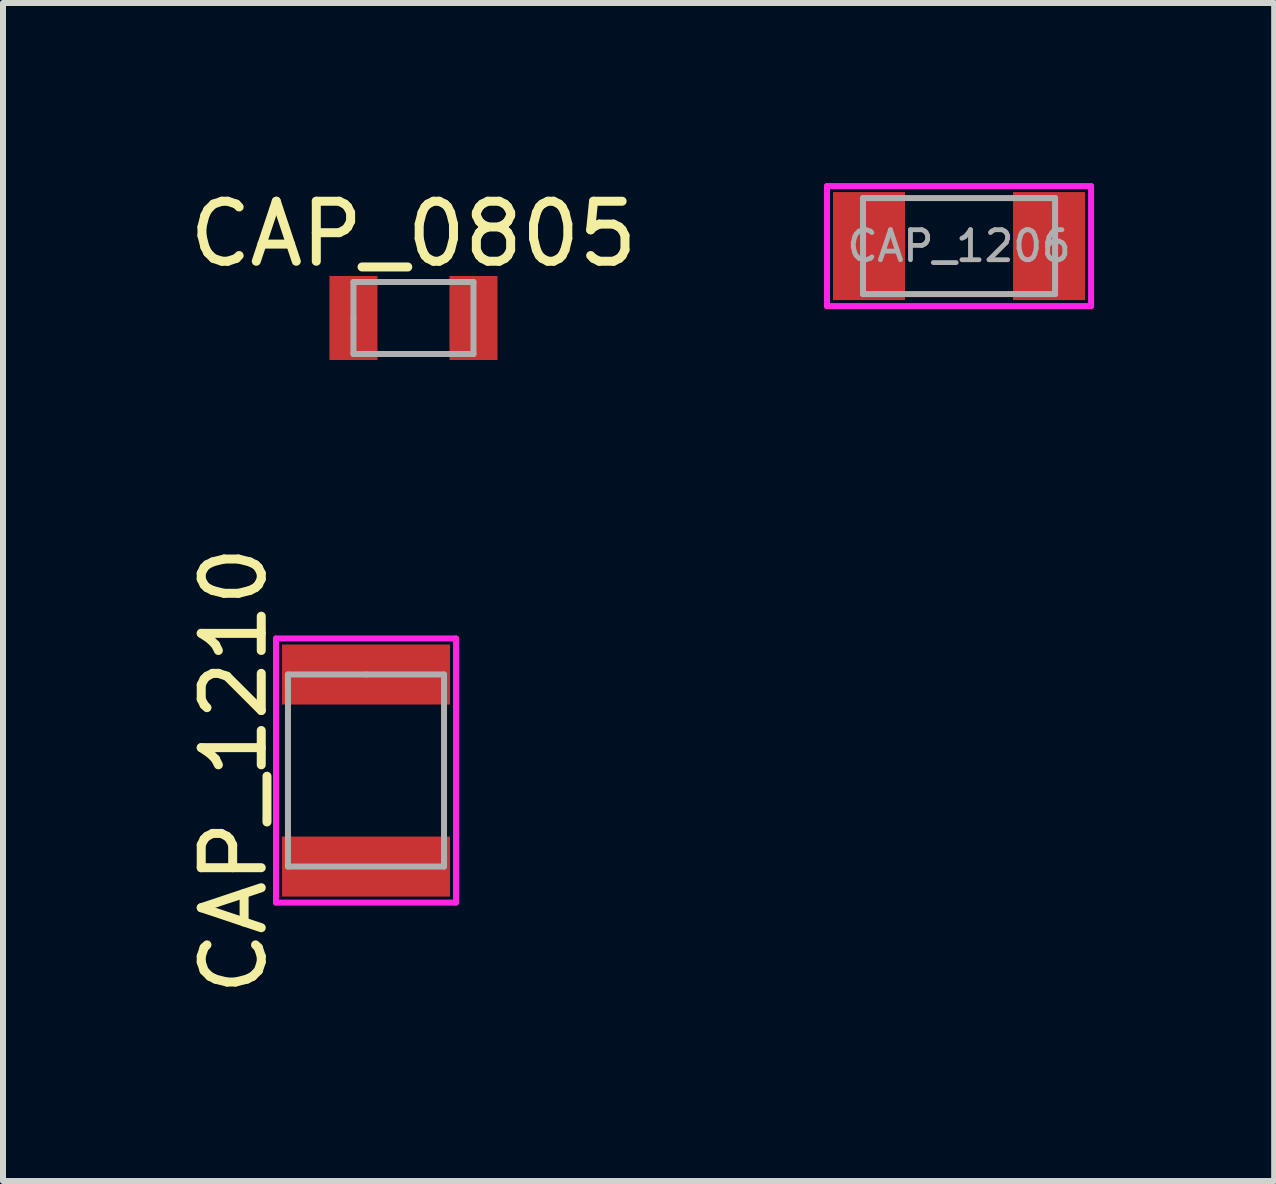
<source format=kicad_pcb>
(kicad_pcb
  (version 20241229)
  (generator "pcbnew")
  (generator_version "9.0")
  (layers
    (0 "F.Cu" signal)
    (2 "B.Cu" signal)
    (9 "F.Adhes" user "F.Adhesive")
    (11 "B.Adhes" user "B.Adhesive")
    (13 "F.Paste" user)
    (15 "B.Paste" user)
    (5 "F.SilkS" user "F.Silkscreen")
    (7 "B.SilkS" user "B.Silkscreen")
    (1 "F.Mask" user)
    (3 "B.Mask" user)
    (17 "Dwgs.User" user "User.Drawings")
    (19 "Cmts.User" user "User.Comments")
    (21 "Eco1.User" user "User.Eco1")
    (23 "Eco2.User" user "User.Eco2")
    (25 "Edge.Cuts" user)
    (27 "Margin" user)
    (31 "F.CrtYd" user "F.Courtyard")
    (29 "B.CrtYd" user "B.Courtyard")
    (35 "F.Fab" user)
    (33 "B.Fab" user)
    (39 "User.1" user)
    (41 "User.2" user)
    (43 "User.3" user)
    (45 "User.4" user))
  (footprint "CAP_1206"
    (layer "F.Cu")
    (at 12.929 1.05)
    (property "Reference" "CAP_1206" (at 0 0 0) (layer "F.Fab") (effects (font (size 0.5 0.5) (thickness 0.08))))
    (attr smd)
    (fp_line (start -2.2 -1) (end 2.2 -1) (stroke (width 0.1) (type solid)) (layer "F.CrtYd"))
    (fp_line (start -2.2 0) (end -2.2 -1) (stroke (width 0.1) (type solid)) (layer "F.CrtYd"))
    (fp_line (start -2.2 1) (end -2.2 0) (stroke (width 0.1) (type solid)) (layer "F.CrtYd"))
    (fp_line (start 2.2 -1) (end 2.2 1) (stroke (width 0.1) (type solid)) (layer "F.CrtYd"))
    (fp_line (start 2.2 1) (end -2.2 1) (stroke (width 0.1) (type solid)) (layer "F.CrtYd"))
    (fp_line (start -1.6 -0.8) (end 1.6 -0.8) (stroke (width 0.1) (type solid)) (layer "F.Fab"))
    (fp_line (start -1.6 0) (end -1.6 -0.8) (stroke (width 0.1) (type solid)) (layer "F.Fab"))
    (fp_line (start -1.6 0.8) (end -1.6 0) (stroke (width 0.1) (type solid)) (layer "F.Fab"))
    (fp_line (start 1.6 -0.8) (end 1.6 0.8) (stroke (width 0.1) (type solid)) (layer "F.Fab"))
    (fp_line (start 1.6 0.8) (end -1.6 0.8) (stroke (width 0.1) (type solid)) (layer "F.Fab"))
    (pad "1" smd rect (at -1.5 0) (size 1.2 1.8) (layers "F.Cu" "F.Mask" "F.Paste"))
    (pad "2" smd rect (at 1.5 0) (size 1.2 1.8) (layers "F.Cu" "F.Mask" "F.Paste")))
  (footprint "CAP_0805"
    (layer "F.Cu")
    (at 3.839 2.248)
    (property "Reference" "CAP_0805" (at 0 -1.4 0) (layer "F.SilkS") (effects (font (size 1 1) (thickness 0.15))))
    (attr smd)
    (fp_line (start -1 -0.6) (end 1 -0.6) (stroke (width 0.1) (type solid)) (layer "F.Fab"))
    (fp_line (start -1 0) (end -1 -0.6) (stroke (width 0.1) (type solid)) (layer "F.Fab"))
    (fp_line (start -1 0.6) (end -1 0) (stroke (width 0.1) (type solid)) (layer "F.Fab"))
    (fp_line (start 1 -0.6) (end 1 0.6) (stroke (width 0.1) (type solid)) (layer "F.Fab"))
    (fp_line (start 1 0.6) (end -1 0.6) (stroke (width 0.1) (type solid)) (layer "F.Fab"))
    (pad "1" smd rect (at -1 0) (size 0.8 1.4) (layers "F.Cu" "F.Mask" "F.Paste"))
    (pad "2" smd rect (at 1 0) (size 0.8 1.4) (layers "F.Cu" "F.Mask" "F.Paste")))
  (footprint "CAP_1210"
    (layer "F.Cu")
    (at 3.048 9.788)
    (property "Reference" "CAP_1210" (at -2.2 0 90) (layer "F.SilkS") (effects (font (size 1 1) (thickness 0.15))))
    (attr through_hole)
    (fp_line (start -1.5 -2.2) (end 1.5 -2.2) (stroke (width 0.1) (type solid)) (layer "F.CrtYd"))
    (fp_line (start -1.5 2.2) (end -1.5 -2.2) (stroke (width 0.1) (type solid)) (layer "F.CrtYd"))
    (fp_line (start 1.5 -2.2) (end 1.5 2.2) (stroke (width 0.1) (type solid)) (layer "F.CrtYd"))
    (fp_line (start 1.5 2.2) (end -1.5 2.2) (stroke (width 0.1) (type solid)) (layer "F.CrtYd"))
    (fp_line (start -1.3 -1.6) (end 0 -1.6) (stroke (width 0.1) (type solid)) (layer "F.Fab"))
    (fp_line (start -1.3 1.6) (end -1.3 -1.6) (stroke (width 0.1) (type solid)) (layer "F.Fab"))
    (fp_line (start 0 -1.6) (end 1.3 -1.6) (stroke (width 0.1) (type solid)) (layer "F.Fab"))
    (fp_line (start 1.3 -1.6) (end 1.3 1.6) (stroke (width 0.1) (type solid)) (layer "F.Fab"))
    (fp_line (start 1.3 1.6) (end -1.3 1.6) (stroke (width 0.1) (type solid)) (layer "F.Fab"))
    (pad "1" smd rect (at 0 1.6) (size 2.8 1) (layers "F.Cu" "F.Mask" "F.Paste"))
    (pad "2" smd rect (at 0 -1.6) (size 2.8 1) (layers "F.Cu" "F.Mask" "F.Paste")))
  (gr_rect
    (start -3 -3)
    (end 18.179 16.627)
    (stroke (width 0.1) (type default))
    (fill no)
    (layer "Edge.Cuts")))
</source>
